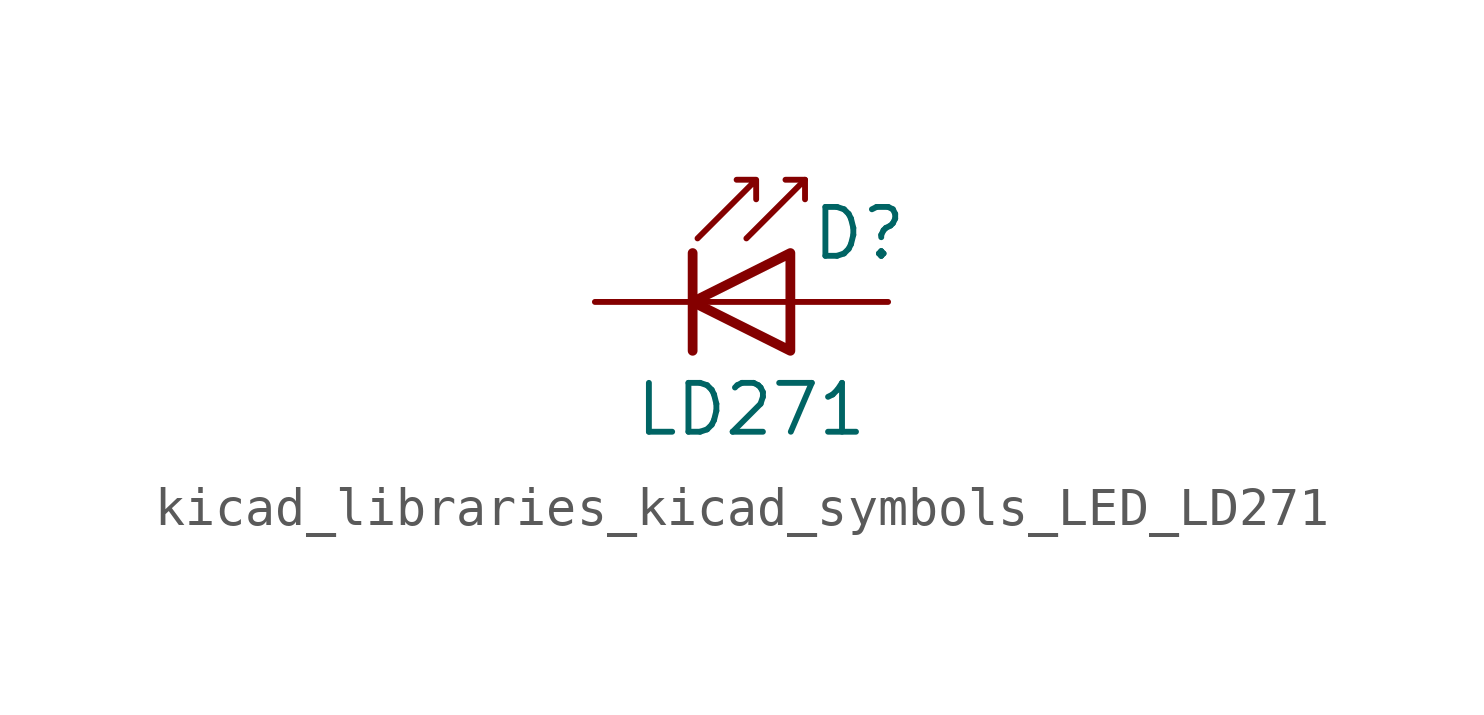
<source format=kicad_sym>
(kicad_symbol_lib
  (version 20220914)
  (generator kicad_symbol_editor)
  (symbol "kicad_libraries_kicad_symbols_LED_LD271"
    (pin_numbers hide)
    (pin_names
      (offset 1.016) hide)
    (property "Reference" "D"
      (at 0.508 1.778 0)
      (effects (font (size 1.27 1.27)) (justify left)))
    (property "Value" "LD271"
      (at -1.016 -2.794 0)
      (effects (font (size 1.27 1.27))))
    (symbol "kicad_libraries_kicad_symbols_LED_LD271_0_1"
      (polyline (pts (xy -2.54 1.27) (xy -2.54 -1.27)) (stroke (width 0.254) (type default)) (fill (type none)))
      (polyline (pts (xy 0 0) (xy -2.54 0)) (stroke (width 0) (type default)) (fill (type none)))
      (polyline (pts (xy 0.381 3.175) (xy -0.127 3.175)) (stroke (width 0) (type default)) (fill (type none)))
      (polyline (pts (xy -1.143 1.651) (xy 0.381 3.175) (xy 0.381 2.667)) (stroke (width 0) (type default)) (fill (type none)))
      (polyline (pts (xy 0 -1.27) (xy -2.54 0) (xy 0 1.27) (xy 0 -1.27)) (stroke (width 0.254) (type default)) (fill (type none)))
      (polyline (pts (xy -2.413 1.651) (xy -0.889 3.175) (xy -0.889 2.667) (xy -0.889 3.175) (xy -1.397 3.175)) (stroke (width 0) (type default)) (fill (type none))))
    (symbol "kicad_libraries_kicad_symbols_LED_LD271_1_1"
      (pin passive line (at -5.08 0 0) (length 2.54) (name "K" (effects (font (size 1.27 1.27)))) (number "1" (effects (font (size 1.27 1.27)))))
      (pin passive line (at 2.54 0 180) (length 2.54) (name "A" (effects (font (size 1.27 1.27)))) (number "2" (effects (font (size 1.27 1.27))))))))
</source>
